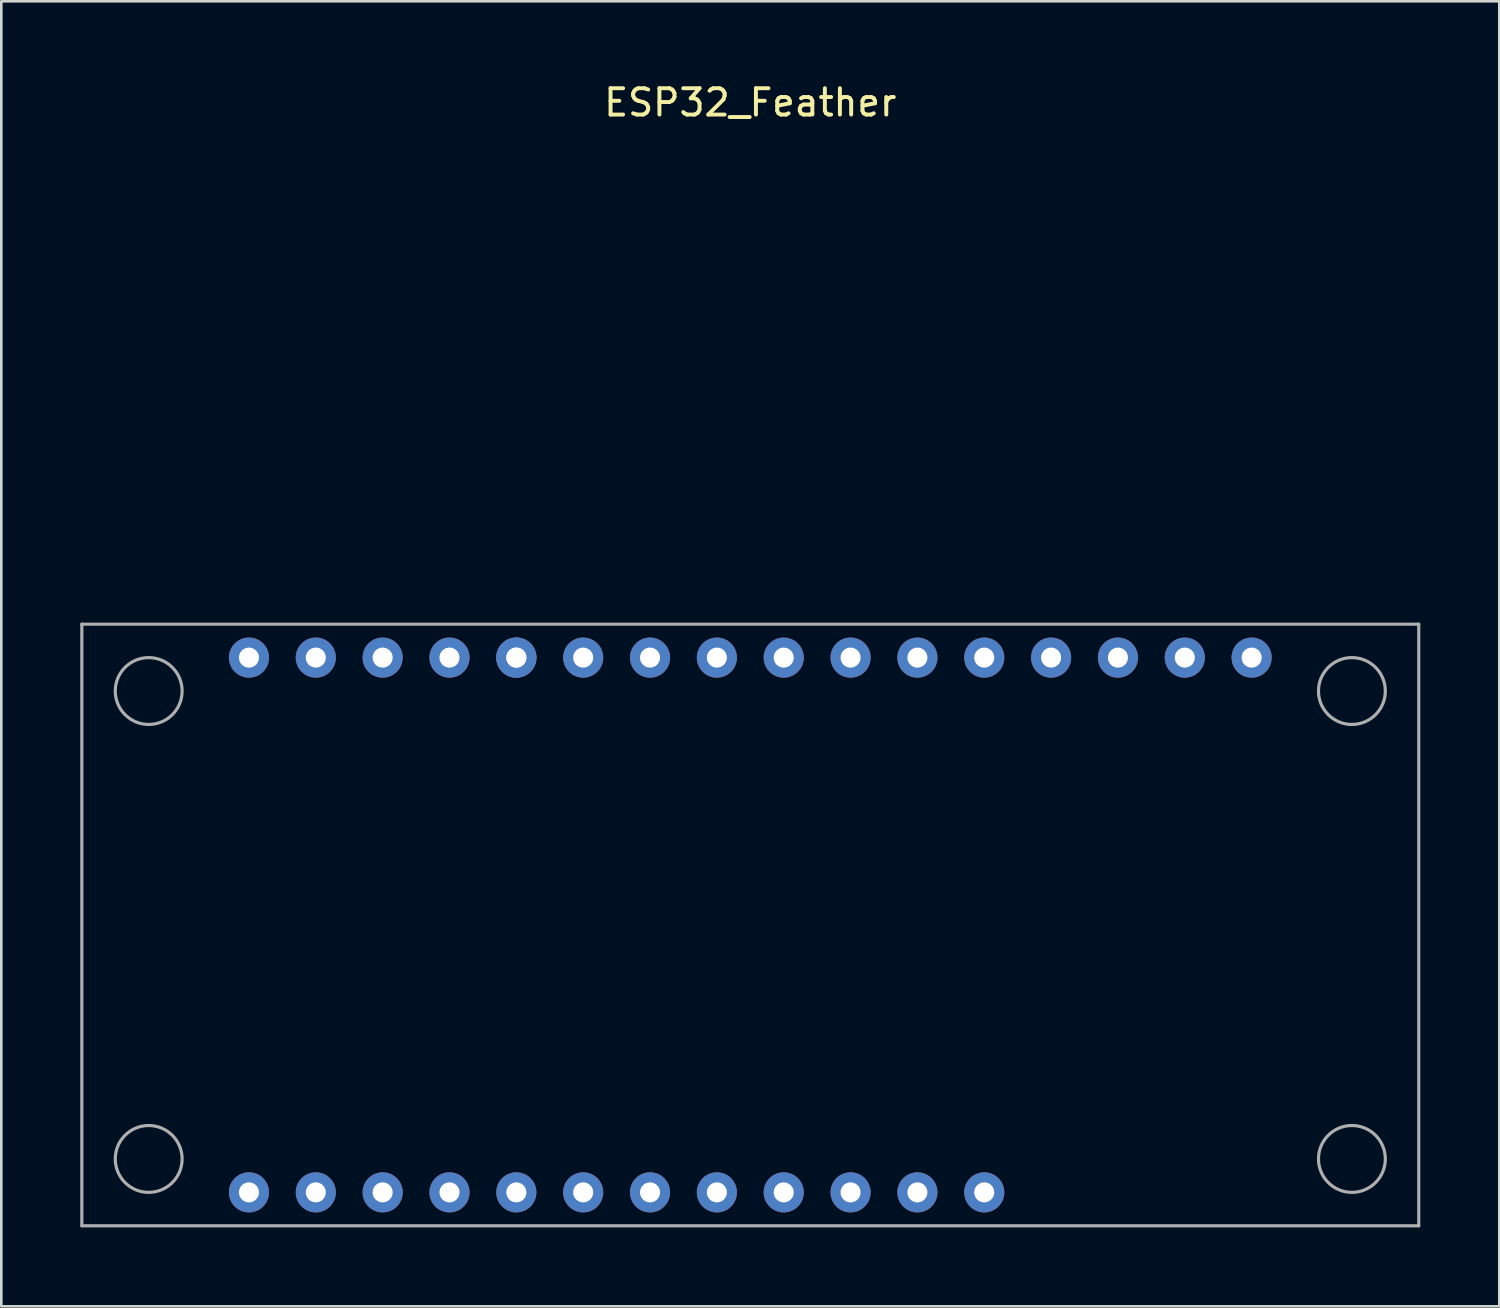
<source format=kicad_pcb>
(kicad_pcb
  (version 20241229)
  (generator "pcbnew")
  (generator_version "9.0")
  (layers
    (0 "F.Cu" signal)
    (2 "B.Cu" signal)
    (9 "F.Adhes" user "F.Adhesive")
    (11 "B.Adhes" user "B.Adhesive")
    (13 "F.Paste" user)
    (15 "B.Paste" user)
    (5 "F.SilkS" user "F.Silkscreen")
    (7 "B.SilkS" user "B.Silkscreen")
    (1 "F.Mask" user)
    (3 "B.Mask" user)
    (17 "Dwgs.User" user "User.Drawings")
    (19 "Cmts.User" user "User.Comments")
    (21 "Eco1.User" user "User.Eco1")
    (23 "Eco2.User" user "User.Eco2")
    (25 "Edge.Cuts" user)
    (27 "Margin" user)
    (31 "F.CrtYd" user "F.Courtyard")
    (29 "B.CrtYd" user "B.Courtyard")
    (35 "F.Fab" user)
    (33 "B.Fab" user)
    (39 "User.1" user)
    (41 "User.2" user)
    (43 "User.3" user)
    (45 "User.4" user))
  (footprint "ESP32_Feather"
    (layer "F.Cu")
    (at 25.46 32.098)
    (property "Reference" "ESP32_Feather" (at 0 -31.25 0) (layer "F.SilkS") (effects (font (size 1 1) (thickness 0.15))))
    (attr through_hole)
    (fp_line (start -25.4 -11.43) (end 25.4 -11.43) (stroke (width 0.12) (type solid)) (layer "F.Fab"))
    (fp_line (start -25.4 11.43) (end -25.4 -11.43) (stroke (width 0.12) (type solid)) (layer "F.Fab"))
    (fp_line (start 25.4 -11.43) (end 25.4 11.43) (stroke (width 0.12) (type solid)) (layer "F.Fab"))
    (fp_line (start 25.4 11.43) (end -25.4 11.43) (stroke (width 0.12) (type solid)) (layer "F.Fab"))
    (fp_circle (center -22.86 -8.89) (end -22.86 -10.16) (stroke (width 0.12) (type solid)) (fill no) (layer "F.Fab"))
    (fp_circle (center -22.86 8.89) (end -22.86 7.62) (stroke (width 0.12) (type solid)) (fill no) (layer "F.Fab"))
    (fp_circle (center 22.86 -8.89) (end 22.86 -10.16) (stroke (width 0.12) (type solid)) (fill no) (layer "F.Fab"))
    (fp_circle (center 22.86 8.89) (end 22.86 7.62) (stroke (width 0.12) (type solid)) (fill no) (layer "F.Fab"))
    (pad "1" thru_hole circle (at 8.89 10.16) (size 1.524 1.524) (drill 0.762) (layers "*.Cu" "*.Mask"))
    (pad "2" thru_hole circle (at 6.35 10.16) (size 1.524 1.524) (drill 0.762) (layers "*.Cu" "*.Mask"))
    (pad "3" thru_hole circle (at 3.81 10.16) (size 1.524 1.524) (drill 0.762) (layers "*.Cu" "*.Mask"))
    (pad "4" thru_hole circle (at 1.27 10.16) (size 1.524 1.524) (drill 0.762) (layers "*.Cu" "*.Mask"))
    (pad "5" thru_hole circle (at -1.27 10.16) (size 1.524 1.524) (drill 0.762) (layers "*.Cu" "*.Mask"))
    (pad "6" thru_hole circle (at -3.81 10.16) (size 1.524 1.524) (drill 0.762) (layers "*.Cu" "*.Mask"))
    (pad "7" thru_hole circle (at -6.35 10.16) (size 1.524 1.524) (drill 0.762) (layers "*.Cu" "*.Mask"))
    (pad "8" thru_hole circle (at -8.89 10.16) (size 1.524 1.524) (drill 0.762) (layers "*.Cu" "*.Mask"))
    (pad "9" thru_hole circle (at -11.43 10.16) (size 1.524 1.524) (drill 0.762) (layers "*.Cu" "*.Mask"))
    (pad "10" thru_hole circle (at -13.97 10.16) (size 1.524 1.524) (drill 0.762) (layers "*.Cu" "*.Mask"))
    (pad "11" thru_hole circle (at -16.51 10.16) (size 1.524 1.524) (drill 0.762) (layers "*.Cu" "*.Mask"))
    (pad "12" thru_hole circle (at -19.05 10.16) (size 1.524 1.524) (drill 0.762) (layers "*.Cu" "*.Mask"))
    (pad "13" thru_hole circle (at 19.05 -10.16) (size 1.524 1.524) (drill 0.762) (layers "*.Cu" "*.Mask"))
    (pad "14" thru_hole circle (at 16.51 -10.16) (size 1.524 1.524) (drill 0.762) (layers "*.Cu" "*.Mask"))
    (pad "15" thru_hole circle (at 11.43 -10.16) (size 1.524 1.524) (drill 0.762) (layers "*.Cu" "*.Mask"))
    (pad "16" thru_hole circle (at 8.89 -10.16) (size 1.524 1.524) (drill 0.762) (layers "*.Cu" "*.Mask"))
    (pad "17" thru_hole circle (at 6.35 -10.16) (size 1.524 1.524) (drill 0.762) (layers "*.Cu" "*.Mask"))
    (pad "18" thru_hole circle (at 3.81 -10.16) (size 1.524 1.524) (drill 0.762) (layers "*.Cu" "*.Mask"))
    (pad "19" thru_hole circle (at 1.27 -10.16) (size 1.524 1.524) (drill 0.762) (layers "*.Cu" "*.Mask"))
    (pad "20" thru_hole circle (at -1.27 -10.16) (size 1.524 1.524) (drill 0.762) (layers "*.Cu" "*.Mask"))
    (pad "21" thru_hole circle (at -3.81 -10.16) (size 1.524 1.524) (drill 0.762) (layers "*.Cu" "*.Mask"))
    (pad "22" thru_hole circle (at -8.89 -10.16) (size 1.524 1.524) (drill 0.762) (layers "*.Cu" "*.Mask"))
    (pad "22" thru_hole circle (at -6.35 -10.16) (size 1.524 1.524) (drill 0.762) (layers "*.Cu" "*.Mask"))
    (pad "23" thru_hole circle (at -8.89 -10.16) (size 1.524 1.524) (drill 0.762) (layers "*.Cu" "*.Mask"))
    (pad "24" thru_hole circle (at -11.43 -10.16) (size 1.524 1.524) (drill 0.762) (layers "*.Cu" "*.Mask"))
    (pad "25" thru_hole circle (at -13.97 -10.16) (size 1.524 1.524) (drill 0.762) (layers "*.Cu" "*.Mask"))
    (pad "26" thru_hole circle (at -16.51 -10.16) (size 1.524 1.524) (drill 0.762) (layers "*.Cu" "*.Mask"))
    (pad "27" thru_hole circle (at -19.05 -10.16) (size 1.524 1.524) (drill 0.762) (layers "*.Cu" "*.Mask"))
    (pad "28" thru_hole circle (at 13.97 -10.16) (size 1.524 1.524) (drill 0.762) (layers "*.Cu" "*.Mask")))
  (gr_rect
    (start -3 -3)
    (end 53.92 46.588)
    (stroke (width 0.1) (type default))
    (fill no)
    (layer "Edge.Cuts")))
</source>
